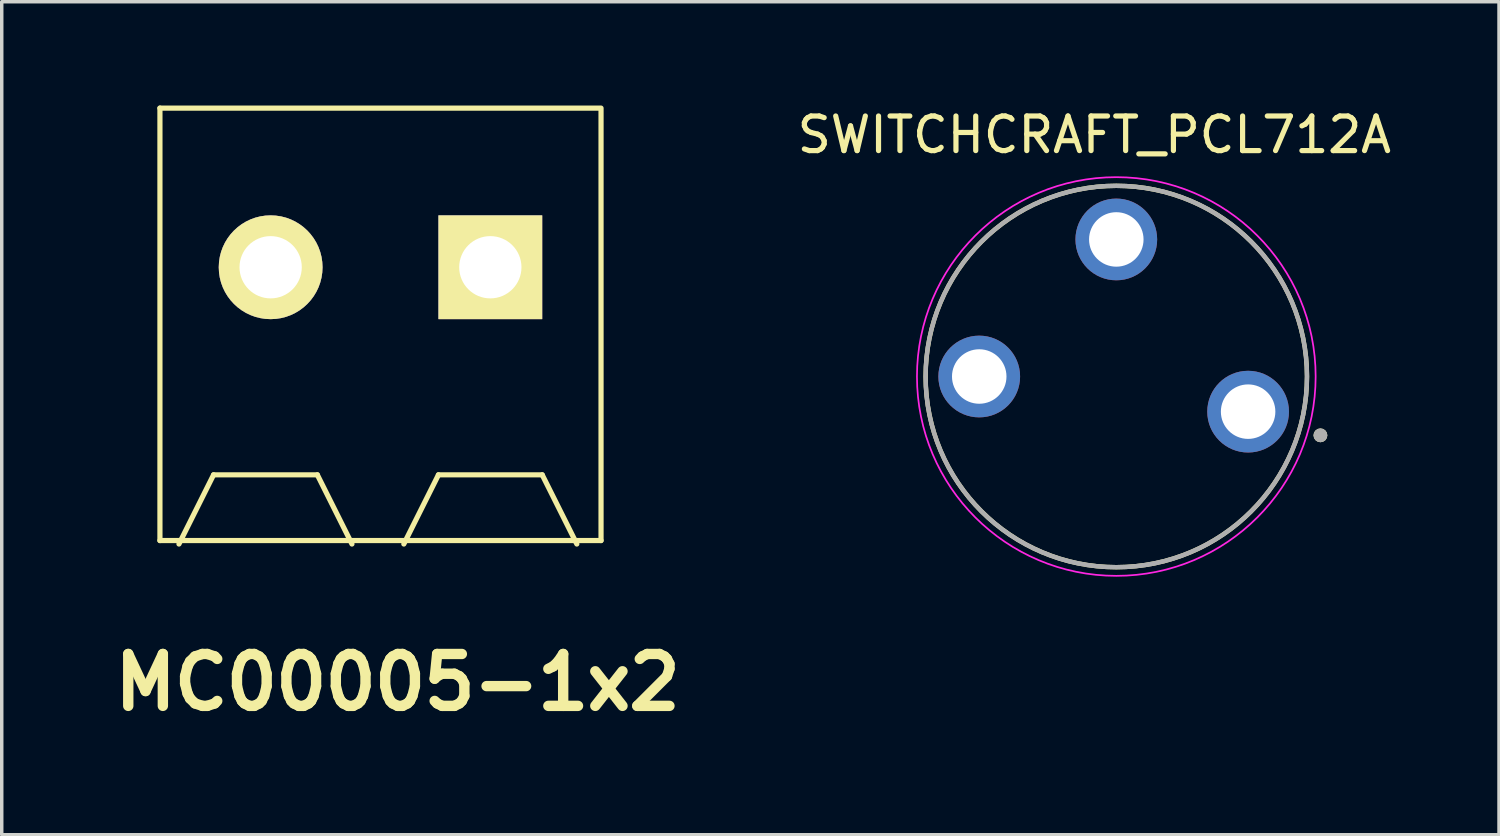
<source format=kicad_pcb>
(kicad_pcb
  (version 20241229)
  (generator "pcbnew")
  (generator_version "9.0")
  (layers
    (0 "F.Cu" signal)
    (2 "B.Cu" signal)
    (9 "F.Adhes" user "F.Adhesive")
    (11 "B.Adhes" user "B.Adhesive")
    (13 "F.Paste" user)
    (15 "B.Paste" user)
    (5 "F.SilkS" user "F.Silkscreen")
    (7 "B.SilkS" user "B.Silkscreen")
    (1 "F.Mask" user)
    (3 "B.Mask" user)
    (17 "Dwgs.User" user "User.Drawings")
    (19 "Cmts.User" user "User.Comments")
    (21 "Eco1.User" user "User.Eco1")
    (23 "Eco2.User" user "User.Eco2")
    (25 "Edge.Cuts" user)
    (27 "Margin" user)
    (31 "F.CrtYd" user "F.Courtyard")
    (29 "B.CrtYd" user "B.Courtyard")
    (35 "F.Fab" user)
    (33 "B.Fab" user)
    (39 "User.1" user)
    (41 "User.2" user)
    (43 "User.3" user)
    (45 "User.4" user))
  (footprint "MC00005-1x2"
    (layer "F.Cu")
    (at 7.943 4.675)
    (property "Reference" "MC00005-1x2" (at 0.5 12 0) (layer "F.SilkS") (effects (font (size 1.5 1.5) (thickness 0.3))))
    (attr through_hole)
    (fp_line (start -6.37 -4.6) (end 6.33 -4.6) (stroke (width 0.15) (type solid)) (layer "F.SilkS"))
    (fp_line (start -6.37 7.9) (end -6.37 -4.6) (stroke (width 0.15) (type solid)) (layer "F.SilkS"))
    (fp_line (start -5.82 8) (end -4.82 6) (stroke (width 0.15) (type solid)) (layer "F.SilkS"))
    (fp_line (start -4.82 6) (end -1.82 6) (stroke (width 0.15) (type solid)) (layer "F.SilkS"))
    (fp_line (start -1.82 6) (end -0.82 8) (stroke (width 0.15) (type solid)) (layer "F.SilkS"))
    (fp_line (start 1.68 6) (end 0.68 8) (stroke (width 0.15) (type solid)) (layer "F.SilkS"))
    (fp_line (start 4.68 6) (end 1.68 6) (stroke (width 0.15) (type solid)) (layer "F.SilkS"))
    (fp_line (start 5.68 8) (end 4.68 6) (stroke (width 0.15) (type solid)) (layer "F.SilkS"))
    (fp_line (start 6.38 -4.6) (end 6.38 7.9) (stroke (width 0.15) (type solid)) (layer "F.SilkS"))
    (fp_line (start 6.38 7.9) (end -6.37 7.9) (stroke (width 0.15) (type solid)) (layer "F.SilkS"))
    (pad "1" thru_hole rect (at 3.18 0) (size 3 3) (drill 1.8) (layers "*.Cu" "*.Mask" "F.SilkS"))
    (pad "2" thru_hole circle (at -3.17 0) (size 3 3) (drill 1.8) (layers "*.Cu" "*.Mask" "F.SilkS")))
  (footprint "SWITCHCRAFT_PCL712A"
    (layer "F.Cu")
    (at 29.217 7.833)
    (property "Reference" "SWITCHCRAFT_PCL712A" (at -0.635 -6.985 0) (layer "F.SilkS") (effects (font (size 1 1) (thickness 0.15))))
    (attr through_hole)
    (fp_circle (center 0 0) (end 5.512 0) (stroke (width 0.127) (type solid)) (fill no) (layer "F.SilkS"))
    (fp_circle (center 5.9 1.7) (end 6 1.7) (stroke (width 0.2) (type solid)) (fill no) (layer "F.SilkS"))
    (fp_circle (center 0 0) (end 5.762 0) (stroke (width 0.05) (type solid)) (fill no) (layer "F.CrtYd"))
    (fp_circle (center 0 0) (end 5.512 0) (stroke (width 0.127) (type solid)) (fill no) (layer "F.Fab"))
    (fp_circle (center 5.9 1.7) (end 6 1.7) (stroke (width 0.2) (type solid)) (fill no) (layer "F.Fab"))
    (pad "PIN" thru_hole circle (at 3.81 1.016) (size 2.362 2.362) (drill 1.575) (layers "*.Cu" "*.Mask"))
    (pad "SLV" thru_hole circle (at 0 -3.962) (size 2.362 2.362) (drill 1.575) (layers "*.Cu" "*.Mask"))
    (pad "S_S" thru_hole circle (at -3.962 0) (size 2.362 2.362) (drill 1.575) (layers "*.Cu" "*.Mask")))
  (gr_rect
    (start -3 -3)
    (end 40.279 21.079)
    (stroke (width 0.1) (type default))
    (fill no)
    (layer "Edge.Cuts")))
</source>
